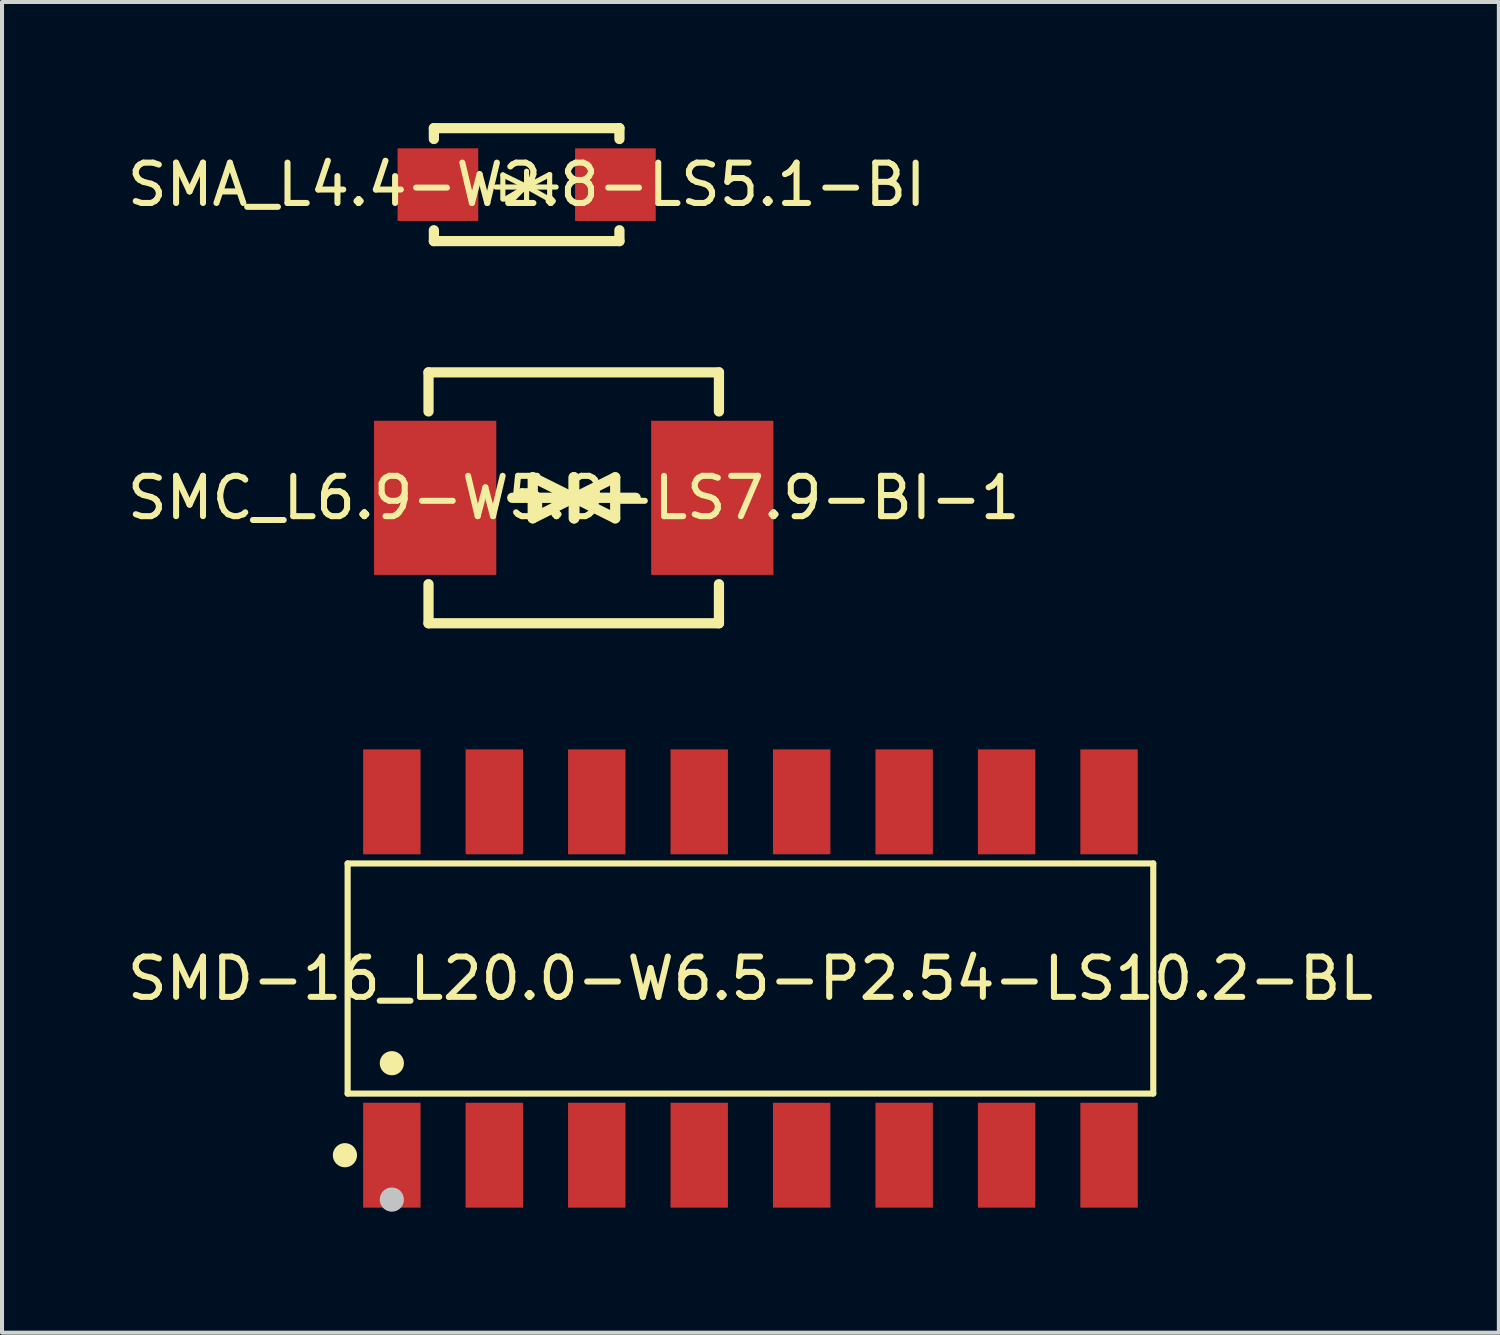
<source format=kicad_pcb>
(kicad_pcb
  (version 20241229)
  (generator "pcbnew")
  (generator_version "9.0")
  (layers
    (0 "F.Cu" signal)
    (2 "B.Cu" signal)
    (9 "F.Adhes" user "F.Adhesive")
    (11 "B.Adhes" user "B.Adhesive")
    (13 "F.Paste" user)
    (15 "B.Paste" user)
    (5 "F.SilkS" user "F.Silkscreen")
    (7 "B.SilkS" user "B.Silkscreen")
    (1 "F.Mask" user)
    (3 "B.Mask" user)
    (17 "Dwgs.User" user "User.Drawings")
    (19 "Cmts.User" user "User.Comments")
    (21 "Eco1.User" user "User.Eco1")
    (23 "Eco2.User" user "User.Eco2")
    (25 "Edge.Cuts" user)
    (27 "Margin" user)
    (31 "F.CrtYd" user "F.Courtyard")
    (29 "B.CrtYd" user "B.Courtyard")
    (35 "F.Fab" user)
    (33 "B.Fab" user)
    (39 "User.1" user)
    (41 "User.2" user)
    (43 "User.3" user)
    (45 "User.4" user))
  (footprint "SMA_L4.4-W2.8-LS5.1-BI"
    (layer "F.Cu")
    (at 10.006 1.527)
    (property "Reference" "SMA_L4.4-W2.8-LS5.1-BI" (at 0 0 0) (unlocked yes) (layer "F.SilkS") (effects (font (size 1 1) (thickness 0.15))))
    (fp_line (start -2.3 -1.4) (end -2.3 -1.131) (stroke (width 0.254) (type default)) (layer "F.SilkS"))
    (fp_line (start -2.3 -1.4) (end 2.3 -1.4) (stroke (width 0.254) (type default)) (layer "F.SilkS"))
    (fp_line (start -2.3 1.131) (end -2.3 1.4) (stroke (width 0.254) (type default)) (layer "F.SilkS"))
    (fp_line (start -2.3 1.4) (end 2.3 1.4) (stroke (width 0.254) (type default)) (layer "F.SilkS"))
    (fp_line (start -0.76 0.06) (end 0.73 0.06) (stroke (width 0.127) (type default)) (layer "F.SilkS"))
    (fp_line (start -0.59 -0.24) (end -0.59 0.36) (stroke (width 0.127) (type default)) (layer "F.SilkS"))
    (fp_line (start -0.59 -0.24) (end -0.002 0.049) (stroke (width 0.127) (type default)) (layer "F.SilkS"))
    (fp_line (start -0.53 0.36) (end -0.002 0.049) (stroke (width 0.127) (type default)) (layer "F.SilkS"))
    (fp_line (start -0.002 0.049) (end -0.002 -0.332) (stroke (width 0.127) (type default)) (layer "F.SilkS"))
    (fp_line (start -0.002 0.049) (end -0.002 0.43) (stroke (width 0.127) (type default)) (layer "F.SilkS"))
    (fp_line (start 0.54 0.35) (end -0.002 0.049) (stroke (width 0.127) (type default)) (layer "F.SilkS"))
    (fp_line (start 0.57 -0.25) (end -0.002 0.049) (stroke (width 0.127) (type default)) (layer "F.SilkS"))
    (fp_line (start 0.57 -0.25) (end 0.57 0.35) (stroke (width 0.127) (type default)) (layer "F.SilkS"))
    (fp_line (start 2.3 -1.4) (end 2.3 -1.131) (stroke (width 0.254) (type default)) (layer "F.SilkS"))
    (fp_line (start 2.3 1.131) (end 2.3 1.4) (stroke (width 0.254) (type default)) (layer "F.SilkS"))
    (fp_poly (pts (xy -2.55 0.725) (xy -2.55 -0.725) (xy -1.465 -0.725) (xy -1.465 0.725)) (stroke (width 0.1) (type default)) (fill no) (layer "User.1"))
    (fp_poly (pts (xy 2.55 -0.725) (xy 2.55 0.725) (xy 1.465 0.725) (xy 1.465 -0.725)) (stroke (width 0.1) (type default)) (fill no) (layer "User.1"))
    (fp_line (start -2.2 -1.4) (end 2.2 -1.4) (stroke (width 0.051) (type default)) (layer "User.2"))
    (fp_line (start -2.2 1.4) (end -2.2 -1.4) (stroke (width 0.051) (type default)) (layer "User.2"))
    (fp_line (start 2.2 -1.4) (end 2.2 1.4) (stroke (width 0.051) (type default)) (layer "User.2"))
    (fp_line (start 2.2 1.4) (end -2.2 1.4) (stroke (width 0.051) (type default)) (layer "User.2"))
    (fp_poly (pts (xy -2.49 1.4) (xy -2.508 1.358) (xy -2.55 1.34) (xy -2.592 1.358) (xy -2.61 1.4) (xy -2.592 1.442) (xy -2.55 1.46) (xy -2.508 1.442)) (stroke (width 0.1) (type default)) (fill no) (layer "User.3"))
    (pad "1" smd rect (at -2.2 0) (size 2 1.8) (layers "F.Cu" "F.Mask" "F.Paste"))
    (pad "2" smd rect (at 2.2 0) (size 2 1.8) (layers "F.Cu" "F.Mask" "F.Paste")))
  (footprint "SMC_L6.9-W5.9-LS7.9-BI-1"
    (layer "F.Cu")
    (at 11.173 9.291)
    (property "Reference" "SMC_L6.9-W5.9-LS7.9-BI-1" (at 0 0 0) (unlocked yes) (layer "F.SilkS") (effects (font (size 1 1) (thickness 0.15))))
    (fp_line (start -3.6 -2.141) (end -3.6 -3.11) (stroke (width 0.254) (type default)) (layer "F.SilkS"))
    (fp_line (start -3.6 3.11) (end -3.6 2.141) (stroke (width 0.254) (type default)) (layer "F.SilkS"))
    (fp_line (start -1.524 0) (end 0.508 0) (stroke (width 0.254) (type default)) (layer "F.SilkS"))
    (fp_line (start -1.016 -0.508) (end -1.016 0.508) (stroke (width 0.254) (type default)) (layer "F.SilkS"))
    (fp_line (start -1.016 0.508) (end 0 0) (stroke (width 0.254) (type default)) (layer "F.SilkS"))
    (fp_line (start 0 -0.508) (end 0 0.508) (stroke (width 0.254) (type default)) (layer "F.SilkS"))
    (fp_line (start 0 0) (end -1.016 -0.508) (stroke (width 0.254) (type default)) (layer "F.SilkS"))
    (fp_line (start 0 0) (end 0 -0.508) (stroke (width 0.254) (type default)) (layer "F.SilkS"))
    (fp_line (start 0.012 0) (end 0.012 0.508) (stroke (width 0.254) (type default)) (layer "F.SilkS"))
    (fp_line (start 0.012 0) (end 1.028 0.508) (stroke (width 0.254) (type default)) (layer "F.SilkS"))
    (fp_line (start 0.012 0.508) (end 0.012 -0.508) (stroke (width 0.254) (type default)) (layer "F.SilkS"))
    (fp_line (start 1.028 -0.508) (end 0.012 0) (stroke (width 0.254) (type default)) (layer "F.SilkS"))
    (fp_line (start 1.028 0.508) (end 1.028 -0.508) (stroke (width 0.254) (type default)) (layer "F.SilkS"))
    (fp_line (start 1.536 0) (end -0.496 0) (stroke (width 0.254) (type default)) (layer "F.SilkS"))
    (fp_line (start 3.6 -3.11) (end -3.6 -3.11) (stroke (width 0.254) (type default)) (layer "F.SilkS"))
    (fp_line (start 3.6 -2.141) (end 3.6 -3.11) (stroke (width 0.254) (type default)) (layer "F.SilkS"))
    (fp_line (start 3.6 3.11) (end -3.6 3.11) (stroke (width 0.254) (type default)) (layer "F.SilkS"))
    (fp_line (start 3.6 3.11) (end 3.6 2.141) (stroke (width 0.254) (type default)) (layer "F.SilkS"))
    (fp_poly (pts (xy -3.946 -1.525) (xy -2.807 -1.525) (xy -2.807 1.525) (xy -3.946 1.525)) (stroke (width 0.1) (type default)) (fill no) (layer "User.1"))
    (fp_poly (pts (xy 2.804 -1.525) (xy 3.944 -1.525) (xy 3.944 1.525) (xy 2.804 1.525)) (stroke (width 0.1) (type default)) (fill no) (layer "User.1"))
    (fp_line (start -3.45 -2.95) (end 3.45 -2.95) (stroke (width 0.051) (type default)) (layer "User.2"))
    (fp_line (start -3.45 2.95) (end -3.45 -2.95) (stroke (width 0.051) (type default)) (layer "User.2"))
    (fp_line (start 3.45 -2.95) (end 3.45 2.95) (stroke (width 0.051) (type default)) (layer "User.2"))
    (fp_line (start 3.45 2.95) (end -3.45 2.95) (stroke (width 0.051) (type default)) (layer "User.2"))
    (fp_poly (pts (xy 4.004 -2.95) (xy 3.986 -2.992) (xy 3.944 -3.01) (xy 3.902 -2.992) (xy 3.884 -2.95) (xy 3.902 -2.908) (xy 3.944 -2.89) (xy 3.986 -2.908)) (stroke (width 0.1) (type default)) (fill no) (layer "User.3"))
    (pad "1" smd rect (at 3.435 0) (size 3.03 3.82) (layers "F.Cu" "F.Mask" "F.Paste"))
    (pad "2" smd rect (at -3.435 0) (size 3.03 3.82) (layers "F.Cu" "F.Mask" "F.Paste")))
  (footprint "SMD-16_L20.0-W6.5-P2.54-LS10.2-BL"
    (layer "F.Cu")
    (at 15.554 21.208)
    (property "Reference" "SMD-16_L20.0-W6.5-P2.54-LS10.2-BL" (at 0 0 0) (unlocked yes) (layer "F.SilkS") (effects (font (size 1 1) (thickness 0.15))))
    (fp_line (start -9.986 -2.852) (end 9.986 -2.852) (stroke (width 0.152) (type default)) (layer "F.SilkS"))
    (fp_line (start -9.986 2.852) (end -9.986 -2.852) (stroke (width 0.152) (type default)) (layer "F.SilkS"))
    (fp_line (start 9.986 -2.852) (end 9.986 2.852) (stroke (width 0.152) (type default)) (layer "F.SilkS"))
    (fp_line (start 9.986 2.852) (end -9.986 2.852) (stroke (width 0.152) (type default)) (layer "F.SilkS"))
    (fp_circle (center -10.053 4.38) (end -9.903 4.38) (stroke (width 0.3) (type default)) (fill no) (layer "F.SilkS"))
    (fp_circle (center -8.89 2.099) (end -8.74 2.099) (stroke (width 0.3) (type default)) (fill no) (layer "F.SilkS"))
    (fp_circle (center -8.89 5.48) (end -8.74 5.48) (stroke (width 0.3) (type default)) (fill no) (layer "Dwgs.User"))
    (fp_poly (pts (xy -9.49 -5.08) (xy -9.49 -4.08) (xy -8.29 -4.08) (xy -8.29 -5.08)) (stroke (width 0.1) (type default)) (fill no) (layer "User.1"))
    (fp_poly (pts (xy -9.49 -4.09) (xy -9.49 -3.24) (xy -8.29 -3.24) (xy -8.29 -4.09)) (stroke (width 0.1) (type default)) (fill no) (layer "User.1"))
    (fp_poly (pts (xy -9.49 4.09) (xy -9.49 3.24) (xy -8.29 3.24) (xy -8.29 4.09)) (stroke (width 0.1) (type default)) (fill no) (layer "User.1"))
    (fp_poly (pts (xy -9.49 5.08) (xy -9.49 4.08) (xy -8.29 4.08) (xy -8.29 5.08)) (stroke (width 0.1) (type default)) (fill no) (layer "User.1"))
    (fp_poly (pts (xy -6.95 -5.08) (xy -6.95 -4.08) (xy -5.75 -4.08) (xy -5.75 -5.08)) (stroke (width 0.1) (type default)) (fill no) (layer "User.1"))
    (fp_poly (pts (xy -6.95 -4.09) (xy -6.95 -3.24) (xy -5.75 -3.24) (xy -5.75 -4.09)) (stroke (width 0.1) (type default)) (fill no) (layer "User.1"))
    (fp_poly (pts (xy -6.95 4.09) (xy -6.95 3.24) (xy -5.75 3.24) (xy -5.75 4.09)) (stroke (width 0.1) (type default)) (fill no) (layer "User.1"))
    (fp_poly (pts (xy -6.95 5.08) (xy -6.95 4.08) (xy -5.75 4.08) (xy -5.75 5.08)) (stroke (width 0.1) (type default)) (fill no) (layer "User.1"))
    (fp_poly (pts (xy -4.41 -5.08) (xy -4.41 -4.08) (xy -3.21 -4.08) (xy -3.21 -5.08)) (stroke (width 0.1) (type default)) (fill no) (layer "User.1"))
    (fp_poly (pts (xy -4.41 -4.09) (xy -4.41 -3.24) (xy -3.21 -3.24) (xy -3.21 -4.09)) (stroke (width 0.1) (type default)) (fill no) (layer "User.1"))
    (fp_poly (pts (xy -4.41 4.09) (xy -4.41 3.24) (xy -3.21 3.24) (xy -3.21 4.09)) (stroke (width 0.1) (type default)) (fill no) (layer "User.1"))
    (fp_poly (pts (xy -4.41 5.08) (xy -4.41 4.08) (xy -3.21 4.08) (xy -3.21 5.08)) (stroke (width 0.1) (type default)) (fill no) (layer "User.1"))
    (fp_poly (pts (xy -1.87 -5.08) (xy -1.87 -4.08) (xy -0.67 -4.08) (xy -0.67 -5.08)) (stroke (width 0.1) (type default)) (fill no) (layer "User.1"))
    (fp_poly (pts (xy -1.87 -4.09) (xy -1.87 -3.24) (xy -0.67 -3.24) (xy -0.67 -4.09)) (stroke (width 0.1) (type default)) (fill no) (layer "User.1"))
    (fp_poly (pts (xy -1.87 4.09) (xy -1.87 3.24) (xy -0.67 3.24) (xy -0.67 4.09)) (stroke (width 0.1) (type default)) (fill no) (layer "User.1"))
    (fp_poly (pts (xy -1.87 5.08) (xy -1.87 4.08) (xy -0.67 4.08) (xy -0.67 5.08)) (stroke (width 0.1) (type default)) (fill no) (layer "User.1"))
    (fp_poly (pts (xy 0.67 -5.08) (xy 0.67 -4.08) (xy 1.87 -4.08) (xy 1.87 -5.08)) (stroke (width 0.1) (type default)) (fill no) (layer "User.1"))
    (fp_poly (pts (xy 0.67 -4.09) (xy 0.67 -3.24) (xy 1.87 -3.24) (xy 1.87 -4.09)) (stroke (width 0.1) (type default)) (fill no) (layer "User.1"))
    (fp_poly (pts (xy 0.67 4.09) (xy 0.67 3.24) (xy 1.87 3.24) (xy 1.87 4.09)) (stroke (width 0.1) (type default)) (fill no) (layer "User.1"))
    (fp_poly (pts (xy 0.67 5.08) (xy 0.67 4.08) (xy 1.87 4.08) (xy 1.87 5.08)) (stroke (width 0.1) (type default)) (fill no) (layer "User.1"))
    (fp_poly (pts (xy 3.21 -5.08) (xy 3.21 -4.08) (xy 4.41 -4.08) (xy 4.41 -5.08)) (stroke (width 0.1) (type default)) (fill no) (layer "User.1"))
    (fp_poly (pts (xy 3.21 -4.09) (xy 3.21 -3.24) (xy 4.41 -3.24) (xy 4.41 -4.09)) (stroke (width 0.1) (type default)) (fill no) (layer "User.1"))
    (fp_poly (pts (xy 3.21 4.09) (xy 3.21 3.24) (xy 4.41 3.24) (xy 4.41 4.09)) (stroke (width 0.1) (type default)) (fill no) (layer "User.1"))
    (fp_poly (pts (xy 3.21 5.08) (xy 3.21 4.08) (xy 4.41 4.08) (xy 4.41 5.08)) (stroke (width 0.1) (type default)) (fill no) (layer "User.1"))
    (fp_poly (pts (xy 5.75 -5.08) (xy 5.75 -4.08) (xy 6.95 -4.08) (xy 6.95 -5.08)) (stroke (width 0.1) (type default)) (fill no) (layer "User.1"))
    (fp_poly (pts (xy 5.75 -4.09) (xy 5.75 -3.24) (xy 6.95 -3.24) (xy 6.95 -4.09)) (stroke (width 0.1) (type default)) (fill no) (layer "User.1"))
    (fp_poly (pts (xy 5.75 4.09) (xy 5.75 3.24) (xy 6.95 3.24) (xy 6.95 4.09)) (stroke (width 0.1) (type default)) (fill no) (layer "User.1"))
    (fp_poly (pts (xy 5.75 5.08) (xy 5.75 4.08) (xy 6.95 4.08) (xy 6.95 5.08)) (stroke (width 0.1) (type default)) (fill no) (layer "User.1"))
    (fp_poly (pts (xy 8.29 -5.08) (xy 8.29 -4.08) (xy 9.49 -4.08) (xy 9.49 -5.08)) (stroke (width 0.1) (type default)) (fill no) (layer "User.1"))
    (fp_poly (pts (xy 8.29 -4.09) (xy 8.29 -3.24) (xy 9.49 -3.24) (xy 9.49 -4.09)) (stroke (width 0.1) (type default)) (fill no) (layer "User.1"))
    (fp_poly (pts (xy 8.29 4.09) (xy 8.29 3.24) (xy 9.49 3.24) (xy 9.49 4.09)) (stroke (width 0.1) (type default)) (fill no) (layer "User.1"))
    (fp_poly (pts (xy 8.29 5.08) (xy 8.29 4.08) (xy 9.49 4.08) (xy 9.49 5.08)) (stroke (width 0.1) (type default)) (fill no) (layer "User.1"))
    (fp_line (start -9.91 -3.25) (end 9.91 -3.25) (stroke (width 0.051) (type default)) (layer "User.2"))
    (fp_line (start -9.91 3.25) (end -9.91 -3.25) (stroke (width 0.051) (type default)) (layer "User.2"))
    (fp_line (start 9.91 -3.25) (end 9.91 3.25) (stroke (width 0.051) (type default)) (layer "User.2"))
    (fp_line (start 9.91 3.25) (end -9.91 3.25) (stroke (width 0.051) (type default)) (layer "User.2"))
    (fp_poly (pts (xy -9.85 5.08) (xy -9.868 5.038) (xy -9.91 5.02) (xy -9.952 5.038) (xy -9.97 5.08) (xy -9.952 5.122) (xy -9.91 5.14) (xy -9.868 5.122)) (stroke (width 0.1) (type default)) (fill no) (layer "User.3"))
    (pad "1" smd rect (at -8.89 4.38) (size 1.423 2.6) (layers "F.Cu" "F.Mask" "F.Paste"))
    (pad "2" smd rect (at -6.35 4.38) (size 1.423 2.6) (layers "F.Cu" "F.Mask" "F.Paste"))
    (pad "3" smd rect (at -3.81 4.38) (size 1.423 2.6) (layers "F.Cu" "F.Mask" "F.Paste"))
    (pad "4" smd rect (at -1.27 4.38) (size 1.423 2.6) (layers "F.Cu" "F.Mask" "F.Paste"))
    (pad "5" smd rect (at 1.27 4.38) (size 1.423 2.6) (layers "F.Cu" "F.Mask" "F.Paste"))
    (pad "6" smd rect (at 3.81 4.38) (size 1.423 2.6) (layers "F.Cu" "F.Mask" "F.Paste"))
    (pad "7" smd rect (at 6.35 4.38) (size 1.423 2.6) (layers "F.Cu" "F.Mask" "F.Paste"))
    (pad "8" smd rect (at 8.89 4.38) (size 1.423 2.6) (layers "F.Cu" "F.Mask" "F.Paste"))
    (pad "9" smd rect (at 8.89 -4.38) (size 1.423 2.6) (layers "F.Cu" "F.Mask" "F.Paste"))
    (pad "10" smd rect (at 6.35 -4.38) (size 1.423 2.6) (layers "F.Cu" "F.Mask" "F.Paste"))
    (pad "11" smd rect (at 3.81 -4.38) (size 1.423 2.6) (layers "F.Cu" "F.Mask" "F.Paste"))
    (pad "12" smd rect (at 1.27 -4.38) (size 1.423 2.6) (layers "F.Cu" "F.Mask" "F.Paste"))
    (pad "13" smd rect (at -1.27 -4.38) (size 1.423 2.6) (layers "F.Cu" "F.Mask" "F.Paste"))
    (pad "14" smd rect (at -3.81 -4.38) (size 1.423 2.6) (layers "F.Cu" "F.Mask" "F.Paste"))
    (pad "15" smd rect (at -6.35 -4.38) (size 1.423 2.6) (layers "F.Cu" "F.Mask" "F.Paste"))
    (pad "16" smd rect (at -8.89 -4.38) (size 1.423 2.6) (layers "F.Cu" "F.Mask" "F.Paste")))
  (gr_rect
    (start -3 -3)
    (end 34.107 29.988)
    (stroke (width 0.1) (type default))
    (fill no)
    (layer "Edge.Cuts")))
</source>
